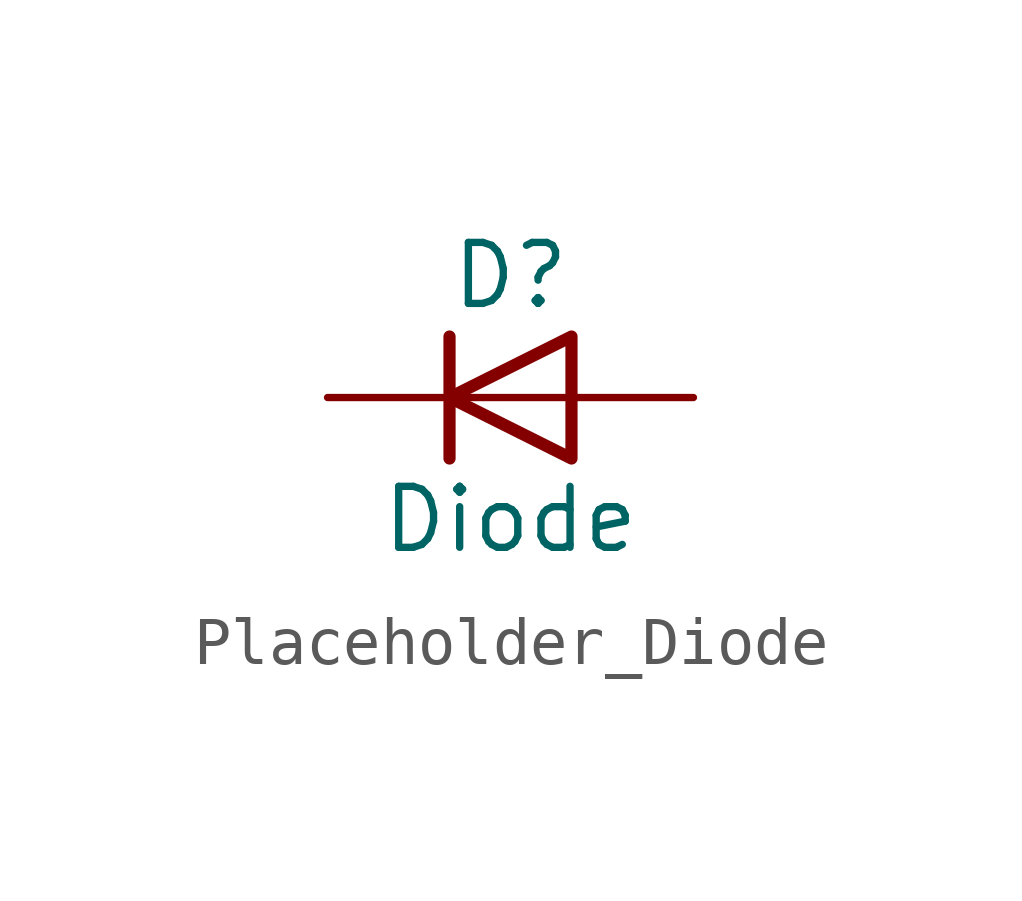
<source format=kicad_sym>
(kicad_symbol_lib
  (version 20231120)
  (generator "kicad_symbol_editor")
  (generator_version "8.0")
  (symbol "Placeholder_Diode"
    (pin_numbers hide)
    (pin_names hide)
    (property "Reference" "D"
      (at 0 2.54 0)
      (effects (font (size 1.27 1.27))))
    (property "Value" "Diode"
      (at 0 -2.54 0)
      (effects (font (size 1.27 1.27))))
    (symbol "Placeholder_Diode_0_1"
      (polyline (pts (xy -1.27 1.27) (xy -1.27 -1.27)) (stroke (width 0.254) (type default)) (fill (type none)))
      (polyline (pts (xy 1.27 0) (xy -1.27 0)) (stroke (width 0) (type default)) (fill (type none)))
      (polyline (pts (xy 1.27 1.27) (xy 1.27 -1.27) (xy -1.27 0) (xy 1.27 1.27)) (stroke (width 0.254) (type default)) (fill (type none))))
    (symbol "Placeholder_Diode_1_1"
      (pin passive line (at -3.81 0 0) (length 2.54) (name "K" (effects (font (size 1.27 1.27)))) (number "1" (effects (font (size 1.27 1.27)))))
      (pin passive line (at 3.81 0 180) (length 2.54) (name "A" (effects (font (size 1.27 1.27)))) (number "2" (effects (font (size 1.27 1.27))))))))
</source>
